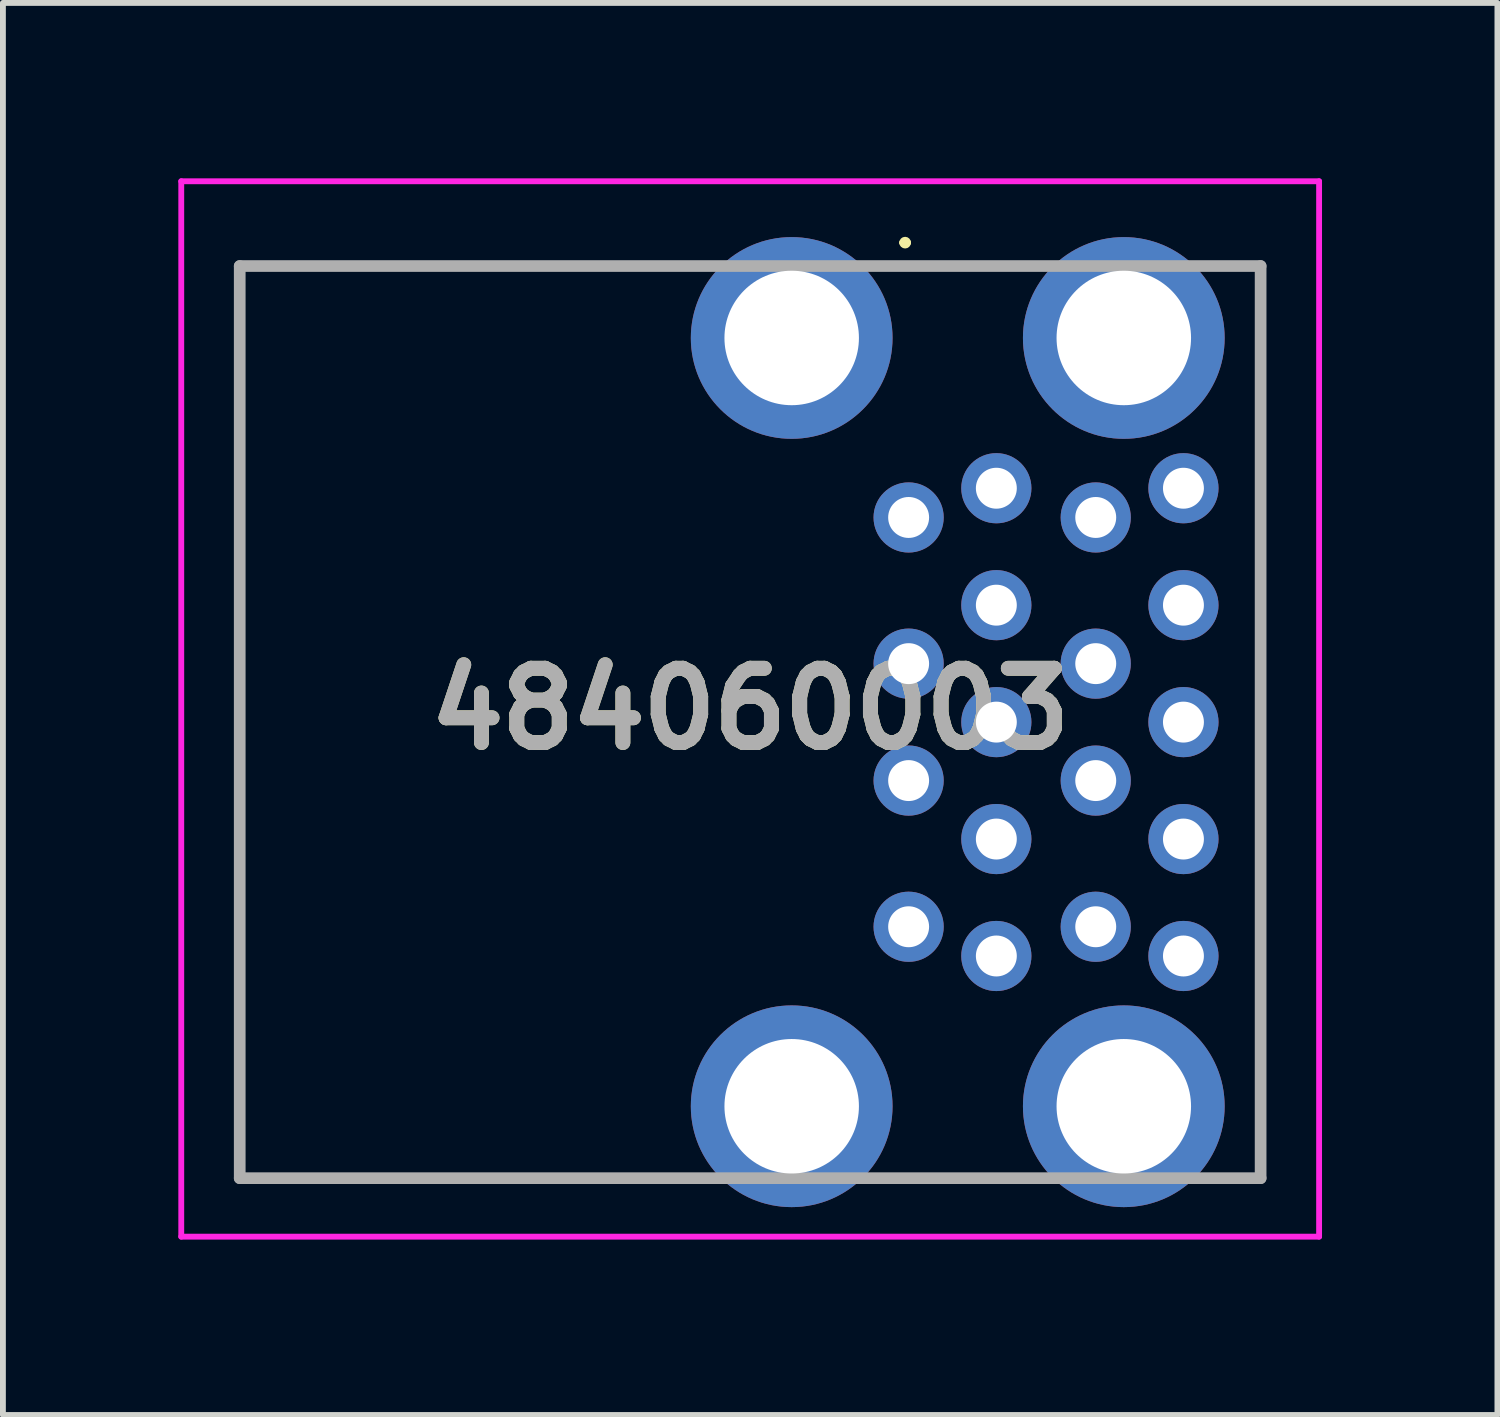
<source format=kicad_pcb>
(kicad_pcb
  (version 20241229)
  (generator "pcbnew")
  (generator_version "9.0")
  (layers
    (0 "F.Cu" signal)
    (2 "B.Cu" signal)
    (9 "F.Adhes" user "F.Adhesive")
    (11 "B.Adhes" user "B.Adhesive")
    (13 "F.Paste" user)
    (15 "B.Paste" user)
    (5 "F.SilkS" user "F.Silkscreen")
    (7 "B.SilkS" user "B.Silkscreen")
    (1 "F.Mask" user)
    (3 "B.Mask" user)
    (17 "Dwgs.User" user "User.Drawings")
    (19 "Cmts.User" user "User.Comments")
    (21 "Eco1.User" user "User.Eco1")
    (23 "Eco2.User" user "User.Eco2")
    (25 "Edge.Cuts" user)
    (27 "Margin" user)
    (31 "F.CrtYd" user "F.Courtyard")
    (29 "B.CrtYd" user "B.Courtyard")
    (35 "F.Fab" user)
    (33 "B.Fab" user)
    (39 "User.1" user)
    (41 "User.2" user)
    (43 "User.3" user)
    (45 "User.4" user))
  (footprint "484060003"
    (layer "F.Cu")
    (at 12.49 5.8)
    (property "Reference" "484060003" (at -2.71 3.275 0) (layer "F.SilkS") (effects (font (size 1.27 1.27) (thickness 0.254))))
    (attr through_hole)
    (fp_line (start -11.44 -4.3) (end -11.44 11.3) (stroke (width 0.1) (type solid)) (layer "F.SilkS"))
    (fp_line (start -11.44 11.3) (end -3.51 11.3) (stroke (width 0.1) (type solid)) (layer "F.SilkS"))
    (fp_line (start -3.51 -4.3) (end -11.44 -4.3) (stroke (width 0.1) (type solid)) (layer "F.SilkS"))
    (fp_line (start -0.11 -4.7) (end -0.11 -4.7) (stroke (width 0.1) (type solid)) (layer "F.SilkS"))
    (fp_line (start -0.01 -4.7) (end -0.01 -4.7) (stroke (width 0.1) (type solid)) (layer "F.SilkS"))
    (fp_line (start 5.09 -4.3) (end 6.02 -4.3) (stroke (width 0.1) (type solid)) (layer "F.SilkS"))
    (fp_line (start 6.02 -4.3) (end 6.02 11.3) (stroke (width 0.1) (type solid)) (layer "F.SilkS"))
    (fp_line (start 6.02 11.3) (end 5.09 11.3) (stroke (width 0.1) (type solid)) (layer "F.SilkS"))
    (fp_arc (start -0.11 -4.7) (mid -0.06 -4.75) (end -0.01 -4.7) (stroke (width 0.1) (type solid)) (layer "F.SilkS"))
    (fp_arc (start -0.01 -4.7) (mid -0.06 -4.65) (end -0.11 -4.7) (stroke (width 0.1) (type solid)) (layer "F.SilkS"))
    (fp_line (start -12.44 -5.75) (end 7.02 -5.75) (stroke (width 0.1) (type solid)) (layer "F.CrtYd"))
    (fp_line (start -12.44 12.3) (end -12.44 -5.75) (stroke (width 0.1) (type solid)) (layer "F.CrtYd"))
    (fp_line (start 7.02 -5.75) (end 7.02 12.3) (stroke (width 0.1) (type solid)) (layer "F.CrtYd"))
    (fp_line (start 7.02 12.3) (end -12.44 12.3) (stroke (width 0.1) (type solid)) (layer "F.CrtYd"))
    (fp_line (start -11.44 -4.3) (end 6.02 -4.3) (stroke (width 0.2) (type solid)) (layer "F.Fab"))
    (fp_line (start -11.44 11.3) (end -11.44 -4.3) (stroke (width 0.2) (type solid)) (layer "F.Fab"))
    (fp_line (start 6.02 -4.3) (end 6.02 11.3) (stroke (width 0.2) (type solid)) (layer "F.Fab"))
    (fp_line (start 6.02 11.3) (end -11.44 11.3) (stroke (width 0.2) (type solid)) (layer "F.Fab"))
    (fp_text user "${REFERENCE}" (at -2.71 3.275 0) (layer "F.Fab") (effects (font (size 1.27 1.27) (thickness 0.254))))
    (pad "1" thru_hole circle (at 0 0) (size 1.2 1.2) (drill 0.7) (layers "*.Cu" "*.Mask"))
    (pad "2" thru_hole circle (at 0 2.5) (size 1.2 1.2) (drill 0.7) (layers "*.Cu" "*.Mask"))
    (pad "3" thru_hole circle (at 0 4.5) (size 1.2 1.2) (drill 0.7) (layers "*.Cu" "*.Mask"))
    (pad "4" thru_hole circle (at 0 7) (size 1.2 1.2) (drill 0.7) (layers "*.Cu" "*.Mask"))
    (pad "5" thru_hole circle (at 1.5 7.5) (size 1.2 1.2) (drill 0.7) (layers "*.Cu" "*.Mask"))
    (pad "6" thru_hole circle (at 1.5 5.5) (size 1.2 1.2) (drill 0.7) (layers "*.Cu" "*.Mask"))
    (pad "7" thru_hole circle (at 1.5 3.5) (size 1.2 1.2) (drill 0.7) (layers "*.Cu" "*.Mask"))
    (pad "8" thru_hole circle (at 1.5 1.5) (size 1.2 1.2) (drill 0.7) (layers "*.Cu" "*.Mask"))
    (pad "9" thru_hole circle (at 1.5 -0.5) (size 1.2 1.2) (drill 0.7) (layers "*.Cu" "*.Mask"))
    (pad "10" thru_hole circle (at 3.2 0) (size 1.2 1.2) (drill 0.7) (layers "*.Cu" "*.Mask"))
    (pad "11" thru_hole circle (at 3.2 2.5) (size 1.2 1.2) (drill 0.7) (layers "*.Cu" "*.Mask"))
    (pad "12" thru_hole circle (at 3.2 4.5) (size 1.2 1.2) (drill 0.7) (layers "*.Cu" "*.Mask"))
    (pad "13" thru_hole circle (at 3.2 7) (size 1.2 1.2) (drill 0.7) (layers "*.Cu" "*.Mask"))
    (pad "14" thru_hole circle (at 4.7 7.5) (size 1.2 1.2) (drill 0.7) (layers "*.Cu" "*.Mask"))
    (pad "15" thru_hole circle (at 4.7 5.5) (size 1.2 1.2) (drill 0.7) (layers "*.Cu" "*.Mask"))
    (pad "16" thru_hole circle (at 4.7 3.5) (size 1.2 1.2) (drill 0.7) (layers "*.Cu" "*.Mask"))
    (pad "17" thru_hole circle (at 4.7 1.5) (size 1.2 1.2) (drill 0.7) (layers "*.Cu" "*.Mask"))
    (pad "18" thru_hole circle (at 4.7 -0.5) (size 1.2 1.2) (drill 0.7) (layers "*.Cu" "*.Mask"))
    (pad "19" thru_hole circle (at -2 -3.07) (size 3.45 3.45) (drill 2.3) (layers "*.Cu" "*.Mask"))
    (pad "20" thru_hole circle (at -2 10.07) (size 3.45 3.45) (drill 2.3) (layers "*.Cu" "*.Mask"))
    (pad "21" thru_hole circle (at 3.68 -3.07) (size 3.45 3.45) (drill 2.3) (layers "*.Cu" "*.Mask"))
    (pad "22" thru_hole circle (at 3.68 10.07) (size 3.45 3.45) (drill 2.3) (layers "*.Cu" "*.Mask")))
  (gr_rect
    (start -3 -3)
    (end 22.56 21.15)
    (stroke (width 0.1) (type default))
    (fill no)
    (layer "Edge.Cuts")))
</source>
